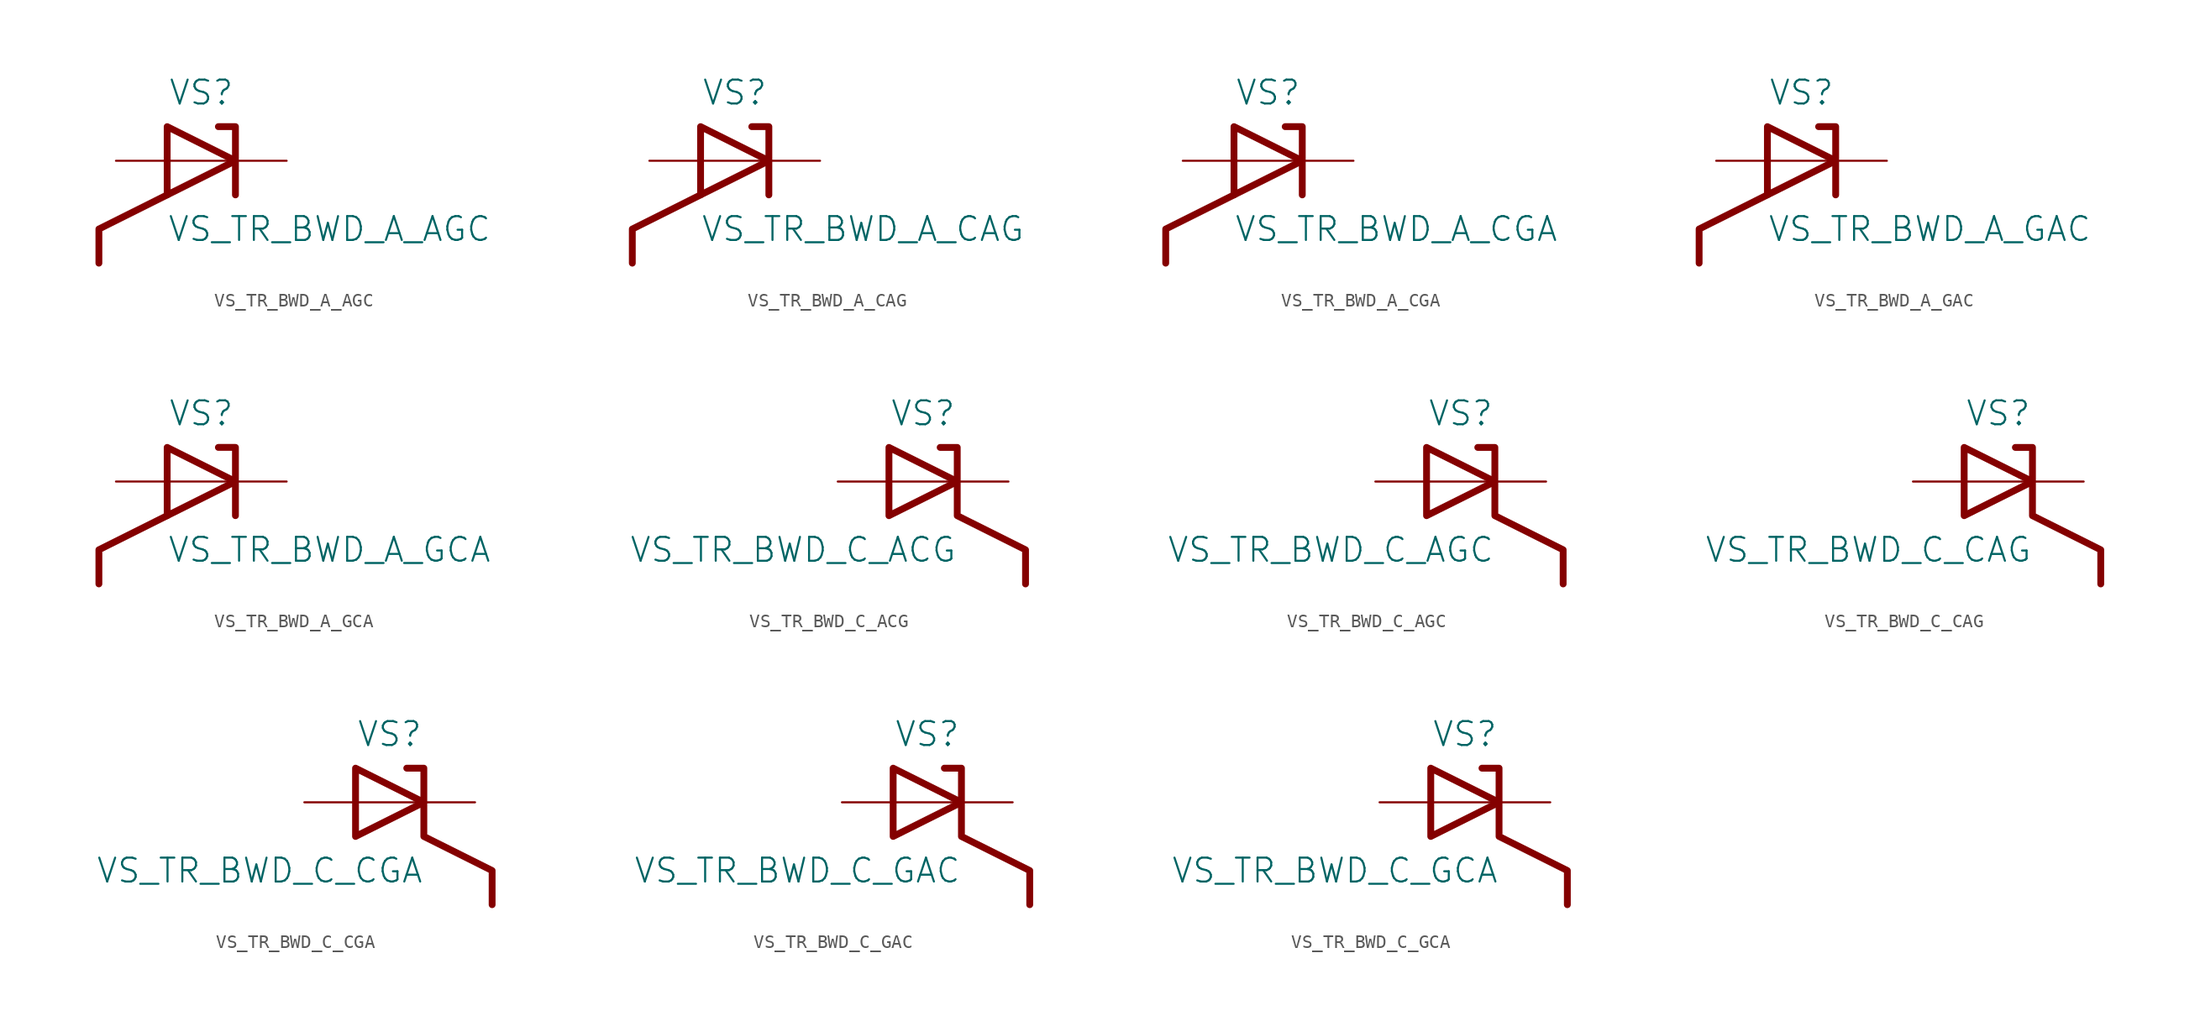
<source format=kicad_sym>
(kicad_symbol_lib
  (version 20211014)
  (generator kicad_symbol_editor)
  (symbol "VS_TR_BWD_A_AGC"
    (pin_names
      (offset 0))
    (property "Reference" "VS"
      (at 0 5.08 0)
      (effects (font (size 1.778 1.778))))
    (property "Value" "VS_TR_BWD_A_AGC"
      (at -2.54 -5.08 0)
      (effects (font (size 1.778 1.778)) (justify left)))
    (symbol "VS_TR_BWD_A_AGC_0_1"
      (polyline (pts (xy -6.35 0) (xy 6.35 0)) (stroke (width 0) (type default) (color 0 0 0 0)) (fill (type none)))
      (polyline (pts (xy -2.54 -2.54) (xy -7.62 -5.08) (xy -7.62 -7.62)) (stroke (width 0.508) (type default) (color 0 0 0 0)) (fill (type none)))
      (polyline (pts (xy 1.27 2.54) (xy 2.54 2.54) (xy 2.54 0) (xy -2.54 2.54) (xy -2.54 -2.54) (xy 2.54 0) (xy 2.54 -2.54)) (stroke (width 0.508) (type default) (color 0 0 0 0)) (fill (type none))))
    (symbol "VS_TR_BWD_A_AGC_1_1"
      (pin passive line (at -6.35 0 0) (length 2.54) hide (name "A" (effects (font (size 1.27 1.27)))) (number "1" (effects (font (size 1.27 1.27)))))
      (pin passive line (at -7.62 -7.62 90) (length 2.54) hide (name "G" (effects (font (size 1.27 1.27)))) (number "2" (effects (font (size 1.27 1.27)))))
      (pin passive line (at 6.35 0 180) (length 2.54) hide (name "C" (effects (font (size 1.27 1.27)))) (number "3" (effects (font (size 1.27 1.27)))))))
  (symbol "VS_TR_BWD_A_CAG"
    (pin_names
      (offset 0))
    (property "Reference" "VS"
      (at 0 5.08 0)
      (effects (font (size 1.778 1.778))))
    (property "Value" "VS_TR_BWD_A_CAG"
      (at -2.54 -5.08 0)
      (effects (font (size 1.778 1.778)) (justify left)))
    (symbol "VS_TR_BWD_A_CAG_0_1"
      (polyline (pts (xy -6.35 0) (xy 6.35 0)) (stroke (width 0) (type default) (color 0 0 0 0)) (fill (type none)))
      (polyline (pts (xy -2.54 -2.54) (xy -7.62 -5.08) (xy -7.62 -7.62)) (stroke (width 0.508) (type default) (color 0 0 0 0)) (fill (type none)))
      (polyline (pts (xy 1.27 2.54) (xy 2.54 2.54) (xy 2.54 0) (xy -2.54 2.54) (xy -2.54 -2.54) (xy 2.54 0) (xy 2.54 -2.54)) (stroke (width 0.508) (type default) (color 0 0 0 0)) (fill (type none))))
    (symbol "VS_TR_BWD_A_CAG_1_1"
      (pin passive line (at 6.35 0 180) (length 2.54) hide (name "C" (effects (font (size 1.27 1.27)))) (number "1" (effects (font (size 1.27 1.27)))))
      (pin passive line (at -6.35 0 0) (length 2.54) hide (name "A" (effects (font (size 1.27 1.27)))) (number "2" (effects (font (size 1.27 1.27)))))
      (pin passive line (at -7.62 -7.62 90) (length 2.54) hide (name "G" (effects (font (size 1.27 1.27)))) (number "3" (effects (font (size 1.27 1.27)))))))
  (symbol "VS_TR_BWD_A_CGA"
    (pin_names
      (offset 0))
    (property "Reference" "VS"
      (at 0 5.08 0)
      (effects (font (size 1.778 1.778))))
    (property "Value" "VS_TR_BWD_A_CGA"
      (at -2.54 -5.08 0)
      (effects (font (size 1.778 1.778)) (justify left)))
    (symbol "VS_TR_BWD_A_CGA_0_1"
      (polyline (pts (xy -6.35 0) (xy 6.35 0)) (stroke (width 0) (type default) (color 0 0 0 0)) (fill (type none)))
      (polyline (pts (xy -2.54 -2.54) (xy -7.62 -5.08) (xy -7.62 -7.62)) (stroke (width 0.508) (type default) (color 0 0 0 0)) (fill (type none)))
      (polyline (pts (xy 1.27 2.54) (xy 2.54 2.54) (xy 2.54 0) (xy -2.54 2.54) (xy -2.54 -2.54) (xy 2.54 0) (xy 2.54 -2.54)) (stroke (width 0.508) (type default) (color 0 0 0 0)) (fill (type none))))
    (symbol "VS_TR_BWD_A_CGA_1_1"
      (pin passive line (at 6.35 0 180) (length 2.54) hide (name "C" (effects (font (size 1.27 1.27)))) (number "1" (effects (font (size 1.27 1.27)))))
      (pin passive line (at -7.62 -7.62 90) (length 2.54) hide (name "G" (effects (font (size 1.27 1.27)))) (number "2" (effects (font (size 1.27 1.27)))))
      (pin passive line (at -6.35 0 0) (length 2.54) hide (name "A" (effects (font (size 1.27 1.27)))) (number "3" (effects (font (size 1.27 1.27)))))))
  (symbol "VS_TR_BWD_A_GAC"
    (pin_names
      (offset 0))
    (property "Reference" "VS"
      (at 0 5.08 0)
      (effects (font (size 1.778 1.778))))
    (property "Value" "VS_TR_BWD_A_GAC"
      (at -2.54 -5.08 0)
      (effects (font (size 1.778 1.778)) (justify left)))
    (symbol "VS_TR_BWD_A_GAC_0_1"
      (polyline (pts (xy -6.35 0) (xy 6.35 0)) (stroke (width 0) (type default) (color 0 0 0 0)) (fill (type none)))
      (polyline (pts (xy -2.54 -2.54) (xy -7.62 -5.08) (xy -7.62 -7.62)) (stroke (width 0.508) (type default) (color 0 0 0 0)) (fill (type none)))
      (polyline (pts (xy 1.27 2.54) (xy 2.54 2.54) (xy 2.54 0) (xy -2.54 2.54) (xy -2.54 -2.54) (xy 2.54 0) (xy 2.54 -2.54)) (stroke (width 0.508) (type default) (color 0 0 0 0)) (fill (type none))))
    (symbol "VS_TR_BWD_A_GAC_1_1"
      (pin passive line (at -7.62 -7.62 90) (length 2.54) hide (name "G" (effects (font (size 1.27 1.27)))) (number "1" (effects (font (size 1.27 1.27)))))
      (pin passive line (at -6.35 0 0) (length 2.54) hide (name "A" (effects (font (size 1.27 1.27)))) (number "2" (effects (font (size 1.27 1.27)))))
      (pin passive line (at 6.35 0 180) (length 2.54) hide (name "C" (effects (font (size 1.27 1.27)))) (number "3" (effects (font (size 1.27 1.27)))))))
  (symbol "VS_TR_BWD_A_GCA"
    (pin_names
      (offset 0))
    (property "Reference" "VS"
      (at 0 5.08 0)
      (effects (font (size 1.778 1.778))))
    (property "Value" "VS_TR_BWD_A_GCA"
      (at -2.54 -5.08 0)
      (effects (font (size 1.778 1.778)) (justify left)))
    (symbol "VS_TR_BWD_A_GCA_0_1"
      (polyline (pts (xy -6.35 0) (xy 6.35 0)) (stroke (width 0) (type default) (color 0 0 0 0)) (fill (type none)))
      (polyline (pts (xy -2.54 -2.54) (xy -7.62 -5.08) (xy -7.62 -7.62)) (stroke (width 0.508) (type default) (color 0 0 0 0)) (fill (type none)))
      (polyline (pts (xy 1.27 2.54) (xy 2.54 2.54) (xy 2.54 0) (xy -2.54 2.54) (xy -2.54 -2.54) (xy 2.54 0) (xy 2.54 -2.54)) (stroke (width 0.508) (type default) (color 0 0 0 0)) (fill (type none))))
    (symbol "VS_TR_BWD_A_GCA_1_1"
      (pin passive line (at -7.62 -7.62 90) (length 2.54) hide (name "G" (effects (font (size 1.27 1.27)))) (number "1" (effects (font (size 1.27 1.27)))))
      (pin passive line (at 6.35 0 180) (length 2.54) hide (name "C" (effects (font (size 1.27 1.27)))) (number "2" (effects (font (size 1.27 1.27)))))
      (pin passive line (at -6.35 0 0) (length 2.54) hide (name "A" (effects (font (size 1.27 1.27)))) (number "3" (effects (font (size 1.27 1.27)))))))
  (symbol "VS_TR_BWD_C_ACG"
    (pin_names
      (offset 0))
    (property "Reference" "VS"
      (at 0 5.08 0)
      (effects (font (size 1.778 1.778))))
    (property "Value" "VS_TR_BWD_C_ACG"
      (at 2.54 -5.08 0)
      (effects (font (size 1.778 1.778)) (justify right)))
    (symbol "VS_TR_BWD_C_ACG_0_1"
      (polyline (pts (xy -6.35 0) (xy 6.35 0)) (stroke (width 0) (type default) (color 0 0 0 0)) (fill (type none)))
      (polyline (pts (xy 1.27 2.54) (xy 2.54 2.54) (xy 2.54 0) (xy -2.54 2.54) (xy -2.54 -2.54) (xy 2.54 0) (xy 2.54 -2.54) (xy 7.62 -5.08) (xy 7.62 -7.62)) (stroke (width 0.508) (type default) (color 0 0 0 0)) (fill (type none))))
    (symbol "VS_TR_BWD_C_ACG_1_1"
      (pin passive line (at -6.35 0 0) (length 2.54) hide (name "A" (effects (font (size 1.27 1.27)))) (number "1" (effects (font (size 1.27 1.27)))))
      (pin passive line (at 6.35 0 180) (length 2.54) hide (name "C" (effects (font (size 1.27 1.27)))) (number "2" (effects (font (size 1.27 1.27)))))
      (pin passive line (at 7.62 -7.62 90) (length 2.54) hide (name "G" (effects (font (size 1.27 1.27)))) (number "3" (effects (font (size 1.27 1.27)))))))
  (symbol "VS_TR_BWD_C_AGC"
    (pin_names
      (offset 0))
    (property "Reference" "VS"
      (at 0 5.08 0)
      (effects (font (size 1.778 1.778))))
    (property "Value" "VS_TR_BWD_C_AGC"
      (at 2.54 -5.08 0)
      (effects (font (size 1.778 1.778)) (justify right)))
    (symbol "VS_TR_BWD_C_AGC_0_1"
      (polyline (pts (xy -6.35 0) (xy 6.35 0)) (stroke (width 0) (type default) (color 0 0 0 0)) (fill (type none)))
      (polyline (pts (xy 1.27 2.54) (xy 2.54 2.54) (xy 2.54 0) (xy -2.54 2.54) (xy -2.54 -2.54) (xy 2.54 0) (xy 2.54 -2.54) (xy 7.62 -5.08) (xy 7.62 -7.62)) (stroke (width 0.508) (type default) (color 0 0 0 0)) (fill (type none))))
    (symbol "VS_TR_BWD_C_AGC_1_1"
      (pin passive line (at -6.35 0 0) (length 2.54) hide (name "A" (effects (font (size 1.27 1.27)))) (number "1" (effects (font (size 1.27 1.27)))))
      (pin passive line (at 7.62 -7.62 90) (length 2.54) hide (name "G" (effects (font (size 1.27 1.27)))) (number "2" (effects (font (size 1.27 1.27)))))
      (pin passive line (at 6.35 0 180) (length 2.54) hide (name "C" (effects (font (size 1.27 1.27)))) (number "3" (effects (font (size 1.27 1.27)))))))
  (symbol "VS_TR_BWD_C_CAG"
    (pin_names
      (offset 0))
    (property "Reference" "VS"
      (at 0 5.08 0)
      (effects (font (size 1.778 1.778))))
    (property "Value" "VS_TR_BWD_C_CAG"
      (at 2.54 -5.08 0)
      (effects (font (size 1.778 1.778)) (justify right)))
    (symbol "VS_TR_BWD_C_CAG_0_1"
      (polyline (pts (xy -6.35 0) (xy 6.35 0)) (stroke (width 0) (type default) (color 0 0 0 0)) (fill (type none)))
      (polyline (pts (xy 1.27 2.54) (xy 2.54 2.54) (xy 2.54 0) (xy -2.54 2.54) (xy -2.54 -2.54) (xy 2.54 0) (xy 2.54 -2.54) (xy 7.62 -5.08) (xy 7.62 -7.62)) (stroke (width 0.508) (type default) (color 0 0 0 0)) (fill (type none))))
    (symbol "VS_TR_BWD_C_CAG_1_1"
      (pin passive line (at 6.35 0 180) (length 2.54) hide (name "C" (effects (font (size 1.27 1.27)))) (number "1" (effects (font (size 1.27 1.27)))))
      (pin passive line (at -6.35 0 0) (length 2.54) hide (name "A" (effects (font (size 1.27 1.27)))) (number "2" (effects (font (size 1.27 1.27)))))
      (pin passive line (at 7.62 -7.62 90) (length 2.54) hide (name "G" (effects (font (size 1.27 1.27)))) (number "3" (effects (font (size 1.27 1.27)))))))
  (symbol "VS_TR_BWD_C_CGA"
    (pin_names
      (offset 0))
    (property "Reference" "VS"
      (at 0 5.08 0)
      (effects (font (size 1.778 1.778))))
    (property "Value" "VS_TR_BWD_C_CGA"
      (at 2.54 -5.08 0)
      (effects (font (size 1.778 1.778)) (justify right)))
    (symbol "VS_TR_BWD_C_CGA_0_1"
      (polyline (pts (xy -6.35 0) (xy 6.35 0)) (stroke (width 0) (type default) (color 0 0 0 0)) (fill (type none)))
      (polyline (pts (xy 1.27 2.54) (xy 2.54 2.54) (xy 2.54 0) (xy -2.54 2.54) (xy -2.54 -2.54) (xy 2.54 0) (xy 2.54 -2.54) (xy 7.62 -5.08) (xy 7.62 -7.62)) (stroke (width 0.508) (type default) (color 0 0 0 0)) (fill (type none))))
    (symbol "VS_TR_BWD_C_CGA_1_1"
      (pin passive line (at 6.35 0 180) (length 2.54) hide (name "C" (effects (font (size 1.27 1.27)))) (number "1" (effects (font (size 1.27 1.27)))))
      (pin passive line (at 7.62 -7.62 90) (length 2.54) hide (name "G" (effects (font (size 1.27 1.27)))) (number "2" (effects (font (size 1.27 1.27)))))
      (pin passive line (at -6.35 0 0) (length 2.54) hide (name "A" (effects (font (size 1.27 1.27)))) (number "3" (effects (font (size 1.27 1.27)))))))
  (symbol "VS_TR_BWD_C_GAC"
    (pin_names
      (offset 0))
    (property "Reference" "VS"
      (at 0 5.08 0)
      (effects (font (size 1.778 1.778))))
    (property "Value" "VS_TR_BWD_C_GAC"
      (at 2.54 -5.08 0)
      (effects (font (size 1.778 1.778)) (justify right)))
    (symbol "VS_TR_BWD_C_GAC_0_1"
      (polyline (pts (xy -6.35 0) (xy 6.35 0)) (stroke (width 0) (type default) (color 0 0 0 0)) (fill (type none)))
      (polyline (pts (xy 1.27 2.54) (xy 2.54 2.54) (xy 2.54 0) (xy -2.54 2.54) (xy -2.54 -2.54) (xy 2.54 0) (xy 2.54 -2.54) (xy 7.62 -5.08) (xy 7.62 -7.62)) (stroke (width 0.508) (type default) (color 0 0 0 0)) (fill (type none))))
    (symbol "VS_TR_BWD_C_GAC_1_1"
      (pin passive line (at 7.62 -7.62 90) (length 2.54) hide (name "G" (effects (font (size 1.27 1.27)))) (number "1" (effects (font (size 1.27 1.27)))))
      (pin passive line (at -6.35 0 0) (length 2.54) hide (name "A" (effects (font (size 1.27 1.27)))) (number "2" (effects (font (size 1.27 1.27)))))
      (pin passive line (at 6.35 0 180) (length 2.54) hide (name "C" (effects (font (size 1.27 1.27)))) (number "3" (effects (font (size 1.27 1.27)))))))
  (symbol "VS_TR_BWD_C_GCA"
    (pin_names
      (offset 0))
    (property "Reference" "VS"
      (at 0 5.08 0)
      (effects (font (size 1.778 1.778))))
    (property "Value" "VS_TR_BWD_C_GCA"
      (at 2.54 -5.08 0)
      (effects (font (size 1.778 1.778)) (justify right)))
    (symbol "VS_TR_BWD_C_GCA_0_1"
      (polyline (pts (xy -6.35 0) (xy 6.35 0)) (stroke (width 0) (type default) (color 0 0 0 0)) (fill (type none)))
      (polyline (pts (xy 1.27 2.54) (xy 2.54 2.54) (xy 2.54 0) (xy -2.54 2.54) (xy -2.54 -2.54) (xy 2.54 0) (xy 2.54 -2.54) (xy 7.62 -5.08) (xy 7.62 -7.62)) (stroke (width 0.508) (type default) (color 0 0 0 0)) (fill (type none))))
    (symbol "VS_TR_BWD_C_GCA_1_1"
      (pin passive line (at 7.62 -7.62 90) (length 2.54) hide (name "G" (effects (font (size 1.27 1.27)))) (number "1" (effects (font (size 1.27 1.27)))))
      (pin passive line (at 6.35 0 180) (length 2.54) hide (name "C" (effects (font (size 1.27 1.27)))) (number "2" (effects (font (size 1.27 1.27)))))
      (pin passive line (at -6.35 0 0) (length 2.54) hide (name "A" (effects (font (size 1.27 1.27)))) (number "3" (effects (font (size 1.27 1.27))))))))
</source>
